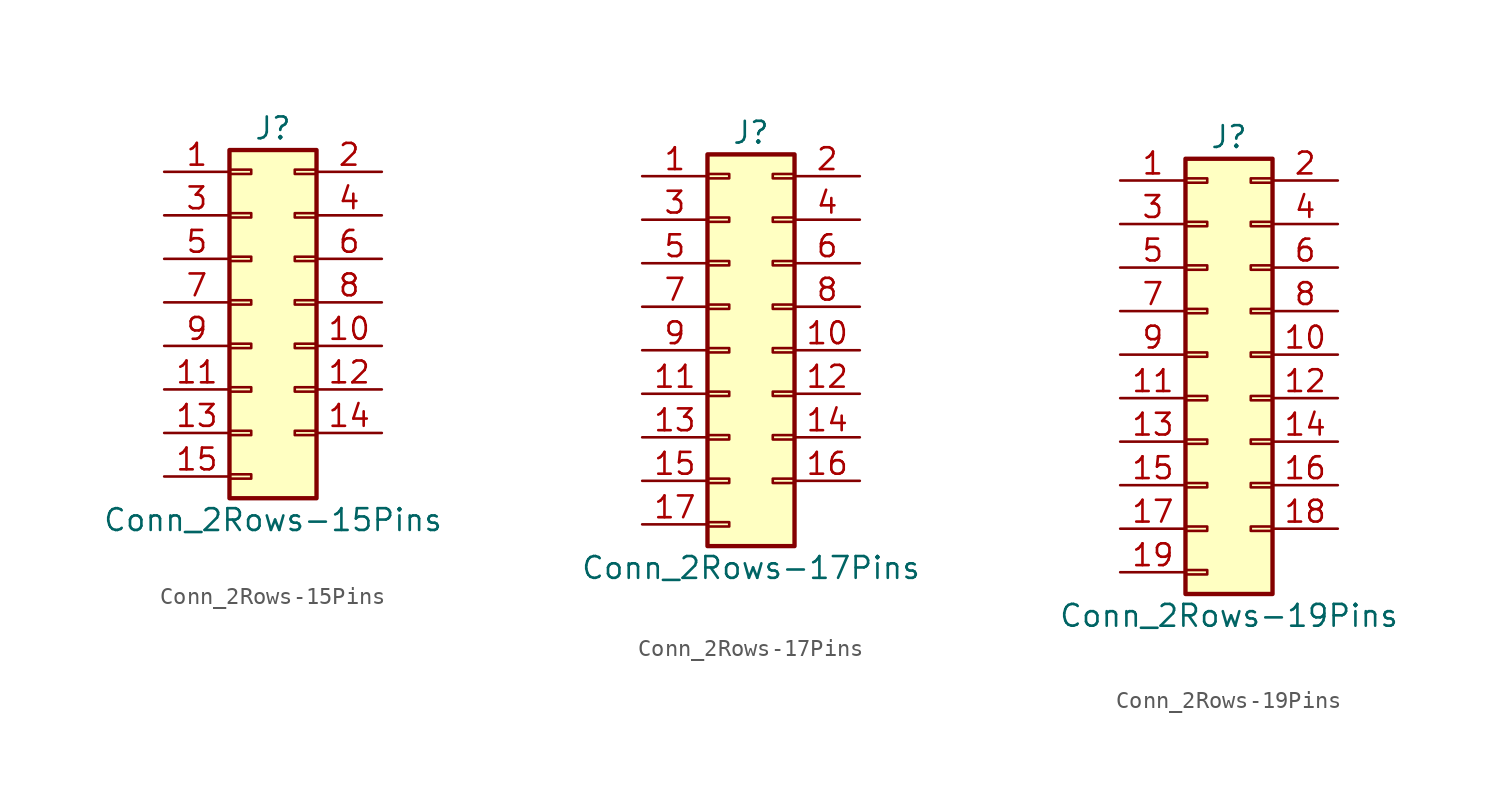
<source format=kicad_sym>
(kicad_symbol_lib
  (version 20201005)
  (generator kicad_symbol_editor)
  (symbol "Connector_Generic:Conn_2Rows-15Pins"
    (pin_names
      (offset 1.016) hide)
    (property "Reference" "J"
      (at 1.27 10.16 0)
      (effects (font (size 1.27 1.27))))
    (property "Value" "Conn_2Rows-15Pins"
      (at 1.27 -12.7 0)
      (effects (font (size 1.27 1.27))))
    (symbol "Conn_2Rows-15Pins_1_1"
      (rectangle (start -1.27 -4.953) (end 0 -5.207) (stroke (width 0.152)) (fill (type none)))
      (rectangle (start -1.27 -7.493) (end 0 -7.747) (stroke (width 0.152)) (fill (type none)))
      (rectangle (start -1.27 -10.033) (end 0 -10.287) (stroke (width 0.152)) (fill (type none)))
      (rectangle (start -1.27 -2.413) (end 0 -2.667) (stroke (width 0.152)) (fill (type none)))
      (rectangle (start -1.27 2.667) (end 0 2.413) (stroke (width 0.152)) (fill (type none)))
      (rectangle (start -1.27 5.207) (end 0 4.953) (stroke (width 0.152)) (fill (type none)))
      (rectangle (start -1.27 7.747) (end 0 7.493) (stroke (width 0.152)) (fill (type none)))
      (rectangle (start -1.27 8.89) (end 3.81 -11.43) (stroke (width 0.254)) (fill (type background)))
      (rectangle (start -1.27 0.127) (end 0 -0.127) (stroke (width 0.152)) (fill (type none)))
      (rectangle (start 3.81 -4.953) (end 2.54 -5.207) (stroke (width 0.152)) (fill (type none)))
      (rectangle (start 3.81 -7.493) (end 2.54 -7.747) (stroke (width 0.152)) (fill (type none)))
      (rectangle (start 3.81 -2.413) (end 2.54 -2.667) (stroke (width 0.152)) (fill (type none)))
      (rectangle (start 3.81 2.667) (end 2.54 2.413) (stroke (width 0.152)) (fill (type none)))
      (rectangle (start 3.81 5.207) (end 2.54 4.953) (stroke (width 0.152)) (fill (type none)))
      (rectangle (start 3.81 7.747) (end 2.54 7.493) (stroke (width 0.152)) (fill (type none)))
      (rectangle (start 3.81 0.127) (end 2.54 -0.127) (stroke (width 0.152)) (fill (type none)))
      (pin passive line (at -5.08 7.62 0) (length 3.81) (name "Pin_1" (effects (font (size 1.27 1.27)))) (number "1" (effects (font (size 1.27 1.27)))))
      (pin passive line (at 7.62 -2.54 180) (length 3.81) (name "Pin_10" (effects (font (size 1.27 1.27)))) (number "10" (effects (font (size 1.27 1.27)))))
      (pin passive line (at -5.08 -5.08 0) (length 3.81) (name "Pin_11" (effects (font (size 1.27 1.27)))) (number "11" (effects (font (size 1.27 1.27)))))
      (pin passive line (at 7.62 -5.08 180) (length 3.81) (name "Pin_12" (effects (font (size 1.27 1.27)))) (number "12" (effects (font (size 1.27 1.27)))))
      (pin passive line (at -5.08 -7.62 0) (length 3.81) (name "Pin_13" (effects (font (size 1.27 1.27)))) (number "13" (effects (font (size 1.27 1.27)))))
      (pin passive line (at 7.62 -7.62 180) (length 3.81) (name "Pin_14" (effects (font (size 1.27 1.27)))) (number "14" (effects (font (size 1.27 1.27)))))
      (pin passive line (at -5.08 -10.16 0) (length 3.81) (name "Pin_15" (effects (font (size 1.27 1.27)))) (number "15" (effects (font (size 1.27 1.27)))))
      (pin passive line (at 7.62 7.62 180) (length 3.81) (name "Pin_2" (effects (font (size 1.27 1.27)))) (number "2" (effects (font (size 1.27 1.27)))))
      (pin passive line (at -5.08 5.08 0) (length 3.81) (name "Pin_3" (effects (font (size 1.27 1.27)))) (number "3" (effects (font (size 1.27 1.27)))))
      (pin passive line (at 7.62 5.08 180) (length 3.81) (name "Pin_4" (effects (font (size 1.27 1.27)))) (number "4" (effects (font (size 1.27 1.27)))))
      (pin passive line (at -5.08 2.54 0) (length 3.81) (name "Pin_5" (effects (font (size 1.27 1.27)))) (number "5" (effects (font (size 1.27 1.27)))))
      (pin passive line (at 7.62 2.54 180) (length 3.81) (name "Pin_6" (effects (font (size 1.27 1.27)))) (number "6" (effects (font (size 1.27 1.27)))))
      (pin passive line (at -5.08 0 0) (length 3.81) (name "Pin_7" (effects (font (size 1.27 1.27)))) (number "7" (effects (font (size 1.27 1.27)))))
      (pin passive line (at 7.62 0 180) (length 3.81) (name "Pin_8" (effects (font (size 1.27 1.27)))) (number "8" (effects (font (size 1.27 1.27)))))
      (pin passive line (at -5.08 -2.54 0) (length 3.81) (name "Pin_9" (effects (font (size 1.27 1.27)))) (number "9" (effects (font (size 1.27 1.27)))))))
  (symbol "Connector_Generic:Conn_2Rows-17Pins"
    (pin_names
      (offset 1.016) hide)
    (property "Reference" "J"
      (at 1.27 12.7 0)
      (effects (font (size 1.27 1.27))))
    (property "Value" "Conn_2Rows-17Pins"
      (at 1.27 -12.7 0)
      (effects (font (size 1.27 1.27))))
    (symbol "Conn_2Rows-17Pins_1_1"
      (rectangle (start -1.27 -4.953) (end 0 -5.207) (stroke (width 0.152)) (fill (type none)))
      (rectangle (start -1.27 -7.493) (end 0 -7.747) (stroke (width 0.152)) (fill (type none)))
      (rectangle (start -1.27 -10.033) (end 0 -10.287) (stroke (width 0.152)) (fill (type none)))
      (rectangle (start -1.27 -2.413) (end 0 -2.667) (stroke (width 0.152)) (fill (type none)))
      (rectangle (start -1.27 2.667) (end 0 2.413) (stroke (width 0.152)) (fill (type none)))
      (rectangle (start -1.27 5.207) (end 0 4.953) (stroke (width 0.152)) (fill (type none)))
      (rectangle (start -1.27 7.747) (end 0 7.493) (stroke (width 0.152)) (fill (type none)))
      (rectangle (start -1.27 10.287) (end 0 10.033) (stroke (width 0.152)) (fill (type none)))
      (rectangle (start -1.27 11.43) (end 3.81 -11.43) (stroke (width 0.254)) (fill (type background)))
      (rectangle (start -1.27 0.127) (end 0 -0.127) (stroke (width 0.152)) (fill (type none)))
      (rectangle (start 3.81 -4.953) (end 2.54 -5.207) (stroke (width 0.152)) (fill (type none)))
      (rectangle (start 3.81 -7.493) (end 2.54 -7.747) (stroke (width 0.152)) (fill (type none)))
      (rectangle (start 3.81 -2.413) (end 2.54 -2.667) (stroke (width 0.152)) (fill (type none)))
      (rectangle (start 3.81 2.667) (end 2.54 2.413) (stroke (width 0.152)) (fill (type none)))
      (rectangle (start 3.81 5.207) (end 2.54 4.953) (stroke (width 0.152)) (fill (type none)))
      (rectangle (start 3.81 7.747) (end 2.54 7.493) (stroke (width 0.152)) (fill (type none)))
      (rectangle (start 3.81 10.287) (end 2.54 10.033) (stroke (width 0.152)) (fill (type none)))
      (rectangle (start 3.81 0.127) (end 2.54 -0.127) (stroke (width 0.152)) (fill (type none)))
      (pin passive line (at -5.08 10.16 0) (length 3.81) (name "Pin_1" (effects (font (size 1.27 1.27)))) (number "1" (effects (font (size 1.27 1.27)))))
      (pin passive line (at 7.62 0 180) (length 3.81) (name "Pin_10" (effects (font (size 1.27 1.27)))) (number "10" (effects (font (size 1.27 1.27)))))
      (pin passive line (at -5.08 -2.54 0) (length 3.81) (name "Pin_11" (effects (font (size 1.27 1.27)))) (number "11" (effects (font (size 1.27 1.27)))))
      (pin passive line (at 7.62 -2.54 180) (length 3.81) (name "Pin_12" (effects (font (size 1.27 1.27)))) (number "12" (effects (font (size 1.27 1.27)))))
      (pin passive line (at -5.08 -5.08 0) (length 3.81) (name "Pin_13" (effects (font (size 1.27 1.27)))) (number "13" (effects (font (size 1.27 1.27)))))
      (pin passive line (at 7.62 -5.08 180) (length 3.81) (name "Pin_14" (effects (font (size 1.27 1.27)))) (number "14" (effects (font (size 1.27 1.27)))))
      (pin passive line (at -5.08 -7.62 0) (length 3.81) (name "Pin_15" (effects (font (size 1.27 1.27)))) (number "15" (effects (font (size 1.27 1.27)))))
      (pin passive line (at 7.62 -7.62 180) (length 3.81) (name "Pin_16" (effects (font (size 1.27 1.27)))) (number "16" (effects (font (size 1.27 1.27)))))
      (pin passive line (at -5.08 -10.16 0) (length 3.81) (name "Pin_17" (effects (font (size 1.27 1.27)))) (number "17" (effects (font (size 1.27 1.27)))))
      (pin passive line (at 7.62 10.16 180) (length 3.81) (name "Pin_2" (effects (font (size 1.27 1.27)))) (number "2" (effects (font (size 1.27 1.27)))))
      (pin passive line (at -5.08 7.62 0) (length 3.81) (name "Pin_3" (effects (font (size 1.27 1.27)))) (number "3" (effects (font (size 1.27 1.27)))))
      (pin passive line (at 7.62 7.62 180) (length 3.81) (name "Pin_4" (effects (font (size 1.27 1.27)))) (number "4" (effects (font (size 1.27 1.27)))))
      (pin passive line (at -5.08 5.08 0) (length 3.81) (name "Pin_5" (effects (font (size 1.27 1.27)))) (number "5" (effects (font (size 1.27 1.27)))))
      (pin passive line (at 7.62 5.08 180) (length 3.81) (name "Pin_6" (effects (font (size 1.27 1.27)))) (number "6" (effects (font (size 1.27 1.27)))))
      (pin passive line (at -5.08 2.54 0) (length 3.81) (name "Pin_7" (effects (font (size 1.27 1.27)))) (number "7" (effects (font (size 1.27 1.27)))))
      (pin passive line (at 7.62 2.54 180) (length 3.81) (name "Pin_8" (effects (font (size 1.27 1.27)))) (number "8" (effects (font (size 1.27 1.27)))))
      (pin passive line (at -5.08 0 0) (length 3.81) (name "Pin_9" (effects (font (size 1.27 1.27)))) (number "9" (effects (font (size 1.27 1.27)))))))
  (symbol "Connector_Generic:Conn_2Rows-19Pins"
    (pin_names
      (offset 1.016) hide)
    (property "Reference" "J"
      (at 1.27 12.7 0)
      (effects (font (size 1.27 1.27))))
    (property "Value" "Conn_2Rows-19Pins"
      (at 1.27 -15.24 0)
      (effects (font (size 1.27 1.27))))
    (symbol "Conn_2Rows-19Pins_1_1"
      (rectangle (start -1.27 -4.953) (end 0 -5.207) (stroke (width 0.152)) (fill (type none)))
      (rectangle (start -1.27 -7.493) (end 0 -7.747) (stroke (width 0.152)) (fill (type none)))
      (rectangle (start -1.27 -10.033) (end 0 -10.287) (stroke (width 0.152)) (fill (type none)))
      (rectangle (start -1.27 -12.573) (end 0 -12.827) (stroke (width 0.152)) (fill (type none)))
      (rectangle (start -1.27 -2.413) (end 0 -2.667) (stroke (width 0.152)) (fill (type none)))
      (rectangle (start -1.27 2.667) (end 0 2.413) (stroke (width 0.152)) (fill (type none)))
      (rectangle (start -1.27 5.207) (end 0 4.953) (stroke (width 0.152)) (fill (type none)))
      (rectangle (start -1.27 7.747) (end 0 7.493) (stroke (width 0.152)) (fill (type none)))
      (rectangle (start -1.27 10.287) (end 0 10.033) (stroke (width 0.152)) (fill (type none)))
      (rectangle (start -1.27 11.43) (end 3.81 -13.97) (stroke (width 0.254)) (fill (type background)))
      (rectangle (start -1.27 0.127) (end 0 -0.127) (stroke (width 0.152)) (fill (type none)))
      (rectangle (start 3.81 -4.953) (end 2.54 -5.207) (stroke (width 0.152)) (fill (type none)))
      (rectangle (start 3.81 -7.493) (end 2.54 -7.747) (stroke (width 0.152)) (fill (type none)))
      (rectangle (start 3.81 -10.033) (end 2.54 -10.287) (stroke (width 0.152)) (fill (type none)))
      (rectangle (start 3.81 -2.413) (end 2.54 -2.667) (stroke (width 0.152)) (fill (type none)))
      (rectangle (start 3.81 2.667) (end 2.54 2.413) (stroke (width 0.152)) (fill (type none)))
      (rectangle (start 3.81 5.207) (end 2.54 4.953) (stroke (width 0.152)) (fill (type none)))
      (rectangle (start 3.81 7.747) (end 2.54 7.493) (stroke (width 0.152)) (fill (type none)))
      (rectangle (start 3.81 10.287) (end 2.54 10.033) (stroke (width 0.152)) (fill (type none)))
      (rectangle (start 3.81 0.127) (end 2.54 -0.127) (stroke (width 0.152)) (fill (type none)))
      (pin passive line (at -5.08 10.16 0) (length 3.81) (name "Pin_1" (effects (font (size 1.27 1.27)))) (number "1" (effects (font (size 1.27 1.27)))))
      (pin passive line (at 7.62 0 180) (length 3.81) (name "Pin_10" (effects (font (size 1.27 1.27)))) (number "10" (effects (font (size 1.27 1.27)))))
      (pin passive line (at -5.08 -2.54 0) (length 3.81) (name "Pin_11" (effects (font (size 1.27 1.27)))) (number "11" (effects (font (size 1.27 1.27)))))
      (pin passive line (at 7.62 -2.54 180) (length 3.81) (name "Pin_12" (effects (font (size 1.27 1.27)))) (number "12" (effects (font (size 1.27 1.27)))))
      (pin passive line (at -5.08 -5.08 0) (length 3.81) (name "Pin_13" (effects (font (size 1.27 1.27)))) (number "13" (effects (font (size 1.27 1.27)))))
      (pin passive line (at 7.62 -5.08 180) (length 3.81) (name "Pin_14" (effects (font (size 1.27 1.27)))) (number "14" (effects (font (size 1.27 1.27)))))
      (pin passive line (at -5.08 -7.62 0) (length 3.81) (name "Pin_15" (effects (font (size 1.27 1.27)))) (number "15" (effects (font (size 1.27 1.27)))))
      (pin passive line (at 7.62 -7.62 180) (length 3.81) (name "Pin_16" (effects (font (size 1.27 1.27)))) (number "16" (effects (font (size 1.27 1.27)))))
      (pin passive line (at -5.08 -10.16 0) (length 3.81) (name "Pin_17" (effects (font (size 1.27 1.27)))) (number "17" (effects (font (size 1.27 1.27)))))
      (pin passive line (at 7.62 -10.16 180) (length 3.81) (name "Pin_18" (effects (font (size 1.27 1.27)))) (number "18" (effects (font (size 1.27 1.27)))))
      (pin passive line (at -5.08 -12.7 0) (length 3.81) (name "Pin_19" (effects (font (size 1.27 1.27)))) (number "19" (effects (font (size 1.27 1.27)))))
      (pin passive line (at 7.62 10.16 180) (length 3.81) (name "Pin_2" (effects (font (size 1.27 1.27)))) (number "2" (effects (font (size 1.27 1.27)))))
      (pin passive line (at -5.08 7.62 0) (length 3.81) (name "Pin_3" (effects (font (size 1.27 1.27)))) (number "3" (effects (font (size 1.27 1.27)))))
      (pin passive line (at 7.62 7.62 180) (length 3.81) (name "Pin_4" (effects (font (size 1.27 1.27)))) (number "4" (effects (font (size 1.27 1.27)))))
      (pin passive line (at -5.08 5.08 0) (length 3.81) (name "Pin_5" (effects (font (size 1.27 1.27)))) (number "5" (effects (font (size 1.27 1.27)))))
      (pin passive line (at 7.62 5.08 180) (length 3.81) (name "Pin_6" (effects (font (size 1.27 1.27)))) (number "6" (effects (font (size 1.27 1.27)))))
      (pin passive line (at -5.08 2.54 0) (length 3.81) (name "Pin_7" (effects (font (size 1.27 1.27)))) (number "7" (effects (font (size 1.27 1.27)))))
      (pin passive line (at 7.62 2.54 180) (length 3.81) (name "Pin_8" (effects (font (size 1.27 1.27)))) (number "8" (effects (font (size 1.27 1.27)))))
      (pin passive line (at -5.08 0 0) (length 3.81) (name "Pin_9" (effects (font (size 1.27 1.27)))) (number "9" (effects (font (size 1.27 1.27))))))))
</source>
